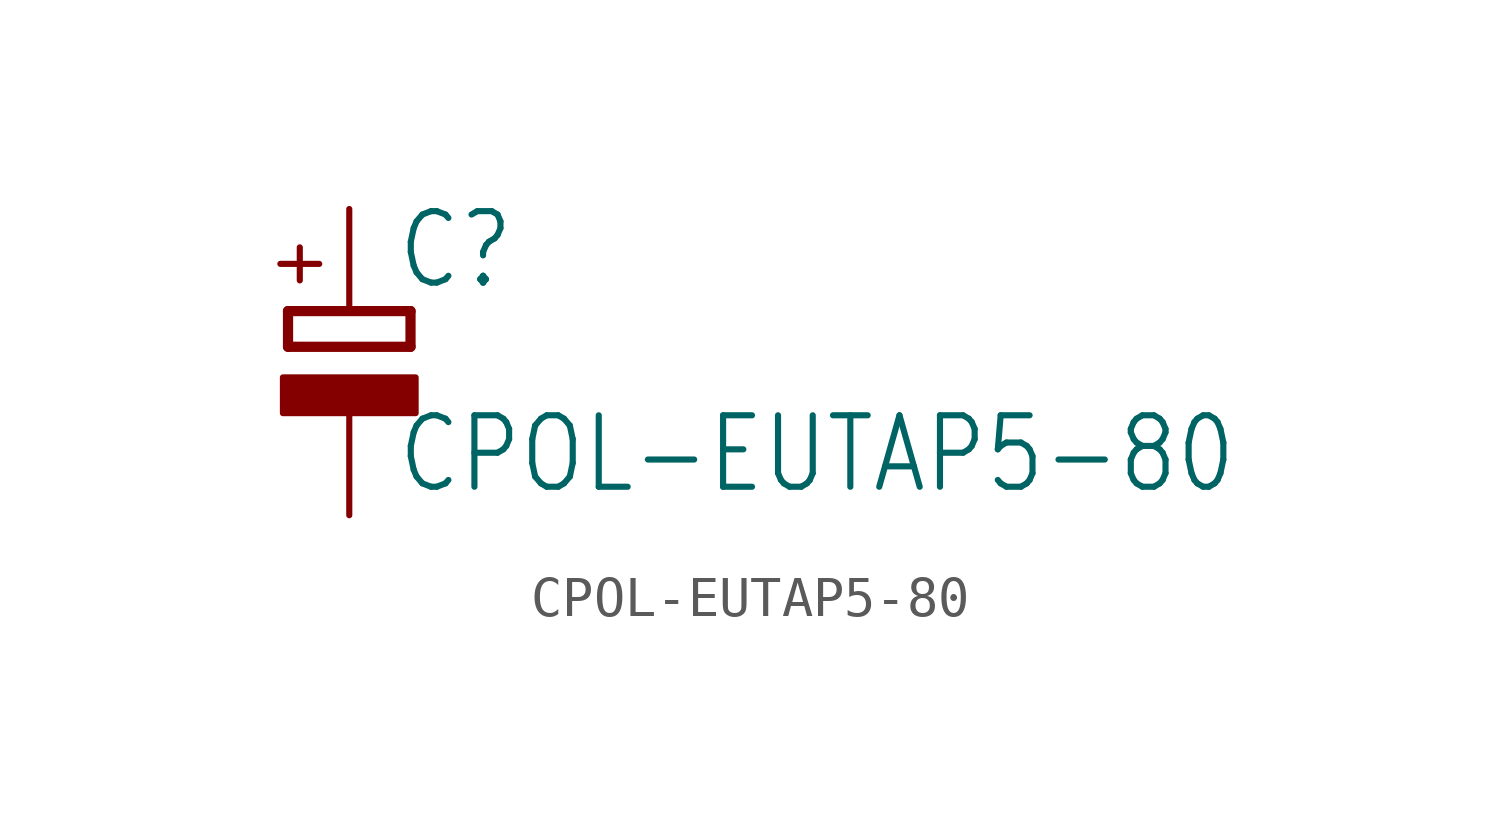
<source format=kicad_sym>
(kicad_symbol_lib
  (version 20220914)
  (generator kicad_symbol_editor)
  (symbol "CPOL-EUTAP5-80"
    (property "Reference" "C"
      (at 1.143 0.483 0)
      (effects (font (size 1.778 1.511)) (justify left bottom)))
    (property "Value" "CPOL-EUTAP5-80"
      (at 1.143 -4.597 0)
      (effects (font (size 1.778 1.511)) (justify left bottom)))
    (property "ki_locked" ""
      (at 0 0 0)
      (effects (font (size 1.27 1.27))))
    (symbol "CPOL-EUTAP5-80_1_0"
      (rectangle (start -1.651 -2.54) (end 1.651 -1.651) (stroke (width 0) (type default)) (fill (type outline)))
      (polyline (pts (xy -1.524 -0.889) (xy 1.524 -0.889)) (stroke (width 0.254) (type default)) (fill (type none)))
      (polyline (pts (xy -1.524 0) (xy -1.524 -0.889)) (stroke (width 0.254) (type default)) (fill (type none)))
      (polyline (pts (xy -1.524 0) (xy 1.524 0)) (stroke (width 0.254) (type default)) (fill (type none)))
      (polyline (pts (xy 1.524 -0.889) (xy 1.524 0)) (stroke (width 0.254) (type default)) (fill (type none)))
      (text "+" (at -0.584 0.406 900) (effects (font (size 1.27 1.079)) (justify left bottom)))
      (pin passive line (at 0 2.54 270) (length 2.54) (name "+" (effects (font (size 0 0)))) (number "+" (effects (font (size 0 0)))))
      (pin passive line (at 0 -5.08 90) (length 2.54) (name "-" (effects (font (size 0 0)))) (number "-" (effects (font (size 0 0))))))))
</source>
